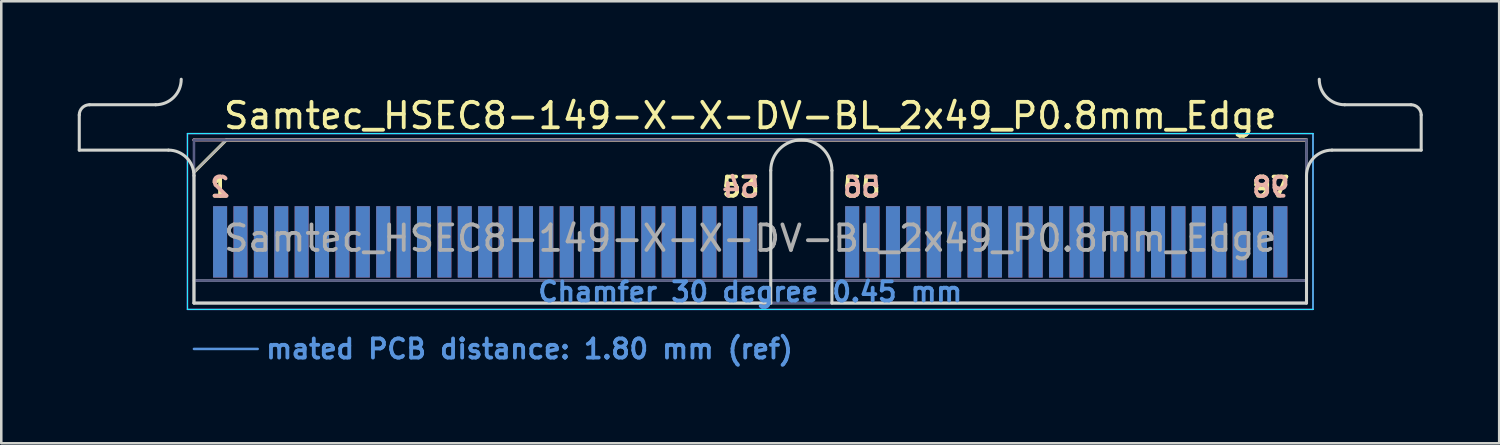
<source format=kicad_pcb>
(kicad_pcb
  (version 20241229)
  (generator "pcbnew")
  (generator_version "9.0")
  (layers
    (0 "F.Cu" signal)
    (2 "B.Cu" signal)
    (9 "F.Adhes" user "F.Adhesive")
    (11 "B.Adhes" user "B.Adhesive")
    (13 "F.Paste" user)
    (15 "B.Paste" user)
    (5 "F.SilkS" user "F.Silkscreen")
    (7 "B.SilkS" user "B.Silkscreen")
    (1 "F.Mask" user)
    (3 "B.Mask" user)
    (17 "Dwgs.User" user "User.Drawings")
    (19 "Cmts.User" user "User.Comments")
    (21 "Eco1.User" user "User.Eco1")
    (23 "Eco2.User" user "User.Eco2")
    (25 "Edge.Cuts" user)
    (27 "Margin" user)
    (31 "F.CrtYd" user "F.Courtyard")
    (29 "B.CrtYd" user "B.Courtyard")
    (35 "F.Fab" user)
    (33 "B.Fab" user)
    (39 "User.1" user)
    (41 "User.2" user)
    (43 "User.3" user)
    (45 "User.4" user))
  (footprint "Samtec_HSEC8-149-X-X-DV-BL_2x49_P0.8mm_Edge"
    (layer "F.Cu")
    (at 26.385 8.84)
    (property "Reference" "Samtec_HSEC8-149-X-X-DV-BL_2x49_P0.8mm_Edge" (at 0 -7.35 0) (layer "F.SilkS") (effects (font (size 1 1) (thickness 0.15))))
    (attr exclude_from_pos_files exclude_from_bom)
    (fp_line (start -21.825 -5.13) (end -20.555 -6.4) (stroke (width 0.12) (type solid)) (layer "F.SilkS"))
    (fp_line (start -20.555 -6.4) (end 21.825 -6.4) (stroke (width 0.12) (type solid)) (layer "F.SilkS"))
    (fp_line (start -21.825 -6.4) (end -21.825 -6.4) (stroke (width 0.12) (type solid)) (layer "B.SilkS"))
    (fp_line (start -21.825 -6.4) (end 21.825 -6.4) (stroke (width 0.12) (type solid)) (layer "B.SilkS"))
    (fp_line (start -21.825 1.8) (end -19.325 1.8) (stroke (width 0.1) (type solid)) (layer "Cmts.User"))
    (fp_line (start -26.325 -6) (end -26.325 -7.38) (stroke (width 0.12) (type solid)) (layer "Edge.Cuts"))
    (fp_line (start -25.925 -7.78) (end -23.325 -7.78) (stroke (width 0.12) (type solid)) (layer "Edge.Cuts"))
    (fp_line (start -22.825 -6) (end -26.325 -6) (stroke (width 0.12) (type solid)) (layer "Edge.Cuts"))
    (fp_line (start -21.825 -5) (end -21.825 0) (stroke (width 0.12) (type solid)) (layer "Edge.Cuts"))
    (fp_line (start -21.825 0) (end 0.805 0) (stroke (width 0.12) (type solid)) (layer "Edge.Cuts"))
    (fp_line (start 0.805 0) (end 0.805 -5.2) (stroke (width 0.12) (type solid)) (layer "Edge.Cuts"))
    (fp_line (start 3.205 -5.2) (end 3.205 0) (stroke (width 0.12) (type solid)) (layer "Edge.Cuts"))
    (fp_line (start 3.205 0) (end 21.825 0) (stroke (width 0.12) (type solid)) (layer "Edge.Cuts"))
    (fp_line (start 21.825 0) (end 21.825 -5) (stroke (width 0.12) (type solid)) (layer "Edge.Cuts"))
    (fp_line (start 22.825 -6) (end 26.325 -6) (stroke (width 0.12) (type solid)) (layer "Edge.Cuts"))
    (fp_line (start 25.925 -7.78) (end 23.325 -7.78) (stroke (width 0.12) (type solid)) (layer "Edge.Cuts"))
    (fp_line (start 26.325 -6) (end 26.325 -7.38) (stroke (width 0.12) (type solid)) (layer "Edge.Cuts"))
    (fp_arc (start -26.325 -7.38) (mid -26.207843 -7.662843) (end -25.925 -7.78) (stroke (width 0.12) (type solid)) (layer "Edge.Cuts"))
    (fp_arc (start -22.825 -6) (mid -22.117893 -5.707107) (end -21.825 -5) (stroke (width 0.12) (type solid)) (layer "Edge.Cuts"))
    (fp_arc (start -22.325 -8.78) (mid -22.617893 -8.072893) (end -23.325 -7.78) (stroke (width 0.12) (type solid)) (layer "Edge.Cuts"))
    (fp_arc (start 0.805 -5.2) (mid 2.005 -6.4) (end 3.205 -5.2) (stroke (width 0.12) (type solid)) (layer "Edge.Cuts"))
    (fp_arc (start 21.825 -5) (mid 22.117893 -5.707107) (end 22.825 -6) (stroke (width 0.12) (type solid)) (layer "Edge.Cuts"))
    (fp_arc (start 23.325 -7.78) (mid 22.617893 -8.072893) (end 22.325 -8.78) (stroke (width 0.12) (type solid)) (layer "Edge.Cuts"))
    (fp_arc (start 25.925 -7.78) (mid 26.207843 -7.662843) (end 26.325 -7.38) (stroke (width 0.12) (type solid)) (layer "Edge.Cuts"))
    (fp_line (start -22.08 -6.65) (end -22.08 0.25) (stroke (width 0.05) (type solid)) (layer "B.CrtYd"))
    (fp_line (start -22.08 0.25) (end 22.08 0.25) (stroke (width 0.05) (type solid)) (layer "B.CrtYd"))
    (fp_line (start 22.08 -6.65) (end -22.08 -6.65) (stroke (width 0.05) (type solid)) (layer "B.CrtYd"))
    (fp_line (start 22.08 0.25) (end 22.08 -6.65) (stroke (width 0.05) (type solid)) (layer "B.CrtYd"))
    (fp_line (start -22.08 -6.65) (end -22.08 0.25) (stroke (width 0.05) (type solid)) (layer "F.CrtYd"))
    (fp_line (start -22.08 0.25) (end 22.08 0.25) (stroke (width 0.05) (type solid)) (layer "F.CrtYd"))
    (fp_line (start 22.08 -6.65) (end -22.08 -6.65) (stroke (width 0.05) (type solid)) (layer "F.CrtYd"))
    (fp_line (start 22.08 0.25) (end 22.08 -6.65) (stroke (width 0.05) (type solid)) (layer "F.CrtYd"))
    (fp_line (start -21.825 -6.4) (end -21.825 -6.4) (stroke (width 0.1) (type solid)) (layer "B.Fab"))
    (fp_line (start -21.825 -6.4) (end -21.825 0) (stroke (width 0.1) (type solid)) (layer "B.Fab"))
    (fp_line (start -21.825 -6.4) (end 21.825 -6.4) (stroke (width 0.1) (type solid)) (layer "B.Fab"))
    (fp_line (start -21.825 -0.88) (end 21.825 -0.88) (stroke (width 0.1) (type solid)) (layer "B.Fab"))
    (fp_line (start -21.825 0) (end 21.825 0) (stroke (width 0.1) (type solid)) (layer "B.Fab"))
    (fp_line (start 21.825 -6.4) (end 21.825 0) (stroke (width 0.1) (type solid)) (layer "B.Fab"))
    (fp_line (start -21.825 -5.13) (end -21.825 0) (stroke (width 0.1) (type solid)) (layer "F.Fab"))
    (fp_line (start -21.825 -5.13) (end -20.555 -6.4) (stroke (width 0.1) (type solid)) (layer "F.Fab"))
    (fp_line (start -21.825 -0.88) (end 21.825 -0.88) (stroke (width 0.1) (type solid)) (layer "F.Fab"))
    (fp_line (start -21.825 0) (end 21.825 0) (stroke (width 0.1) (type solid)) (layer "F.Fab"))
    (fp_line (start -20.555 -6.4) (end 21.825 -6.4) (stroke (width 0.1) (type solid)) (layer "F.Fab"))
    (fp_line (start 21.825 -6.4) (end 21.825 0) (stroke (width 0.1) (type solid)) (layer "F.Fab"))
    (fp_text user "1" (at -20.8 -4.55 0) (layer "F.SilkS") (effects (font (size 0.75 0.75) (thickness 0.15))))
    (fp_text user "97" (at 20.425 -4.55 0) (layer "F.SilkS") (effects (font (size 0.75 0.75) (thickness 0.15))))
    (fp_text user "55" (at 4.375 -4.55 0) (layer "F.SilkS") (effects (font (size 0.75 0.75) (thickness 0.15))))
    (fp_text user "53" (at -0.375 -4.55 0) (layer "F.SilkS") (effects (font (size 0.75 0.75) (thickness 0.15))))
    (fp_text user "56" (at 4.375 -4.55 0) (layer "B.SilkS") (effects (font (size 0.75 0.75) (thickness 0.15)) (justify mirror)))
    (fp_text user "98" (at 20.425 -4.55 0) (layer "B.SilkS") (effects (font (size 0.75 0.75) (thickness 0.15)) (justify mirror)))
    (fp_text user "54" (at -0.375 -4.55 0) (layer "B.SilkS") (effects (font (size 0.75 0.75) (thickness 0.15)) (justify mirror)))
    (fp_text user "2" (at -20.8 -4.55 0) (layer "B.SilkS") (effects (font (size 0.75 0.75) (thickness 0.15)) (justify mirror)))
    (fp_text user "Chamfer 30 degree 0.45 mm" (at 0 -0.44 0) (layer "Cmts.User") (effects (font (size 0.75 0.75) (thickness 0.15))))
    (fp_text user "mated PCB distance: 1.80 mm (ref)" (at -19.08 1.8 0) (layer "Cmts.User") (effects (font (size 0.75 0.75) (thickness 0.15)) (justify left)))
    (fp_text user "${REFERENCE}" (at 0 -2.54 0) (layer "F.Fab") (effects (font (size 1 1) (thickness 0.15))))
    (pad "1" connect rect (at -20.8 -2.4) (size 0.55 2.8) (layers "F.Cu" "F.Mask"))
    (pad "2" connect rect (at -20.8 -2.4) (size 0.55 2.8) (layers "B.Cu" "B.Mask"))
    (pad "3" connect rect (at -20 -2.4) (size 0.55 2.8) (layers "F.Cu" "F.Mask"))
    (pad "4" connect rect (at -20 -2.4) (size 0.55 2.8) (layers "B.Cu" "B.Mask"))
    (pad "5" connect rect (at -19.2 -2.4) (size 0.55 2.8) (layers "F.Cu" "F.Mask"))
    (pad "6" connect rect (at -19.2 -2.4) (size 0.55 2.8) (layers "B.Cu" "B.Mask"))
    (pad "7" connect rect (at -18.4 -2.4) (size 0.55 2.8) (layers "F.Cu" "F.Mask"))
    (pad "8" connect rect (at -18.4 -2.4) (size 0.55 2.8) (layers "B.Cu" "B.Mask"))
    (pad "9" connect rect (at -17.6 -2.4) (size 0.55 2.8) (layers "F.Cu" "F.Mask"))
    (pad "10" connect rect (at -17.6 -2.4) (size 0.55 2.8) (layers "B.Cu" "B.Mask"))
    (pad "11" connect rect (at -16.8 -2.4) (size 0.55 2.8) (layers "F.Cu" "F.Mask"))
    (pad "12" connect rect (at -16.8 -2.4) (size 0.55 2.8) (layers "B.Cu" "B.Mask"))
    (pad "13" connect rect (at -16 -2.4) (size 0.55 2.8) (layers "F.Cu" "F.Mask"))
    (pad "14" connect rect (at -16 -2.4) (size 0.55 2.8) (layers "B.Cu" "B.Mask"))
    (pad "15" connect rect (at -15.2 -2.4) (size 0.55 2.8) (layers "F.Cu" "F.Mask"))
    (pad "16" connect rect (at -15.2 -2.4) (size 0.55 2.8) (layers "B.Cu" "B.Mask"))
    (pad "17" connect rect (at -14.4 -2.4) (size 0.55 2.8) (layers "F.Cu" "F.Mask"))
    (pad "18" connect rect (at -14.4 -2.4) (size 0.55 2.8) (layers "B.Cu" "B.Mask"))
    (pad "19" connect rect (at -13.6 -2.4) (size 0.55 2.8) (layers "F.Cu" "F.Mask"))
    (pad "20" connect rect (at -13.6 -2.4) (size 0.55 2.8) (layers "B.Cu" "B.Mask"))
    (pad "21" connect rect (at -12.8 -2.4) (size 0.55 2.8) (layers "F.Cu" "F.Mask"))
    (pad "22" connect rect (at -12.8 -2.4) (size 0.55 2.8) (layers "B.Cu" "B.Mask"))
    (pad "23" connect rect (at -12 -2.4) (size 0.55 2.8) (layers "F.Cu" "F.Mask"))
    (pad "24" connect rect (at -12 -2.4) (size 0.55 2.8) (layers "B.Cu" "B.Mask"))
    (pad "25" connect rect (at -11.2 -2.4) (size 0.55 2.8) (layers "F.Cu" "F.Mask"))
    (pad "26" connect rect (at -11.2 -2.4) (size 0.55 2.8) (layers "B.Cu" "B.Mask"))
    (pad "27" connect rect (at -10.4 -2.4) (size 0.55 2.8) (layers "F.Cu" "F.Mask"))
    (pad "28" connect rect (at -10.4 -2.4) (size 0.55 2.8) (layers "B.Cu" "B.Mask"))
    (pad "29" connect rect (at -9.6 -2.4) (size 0.55 2.8) (layers "F.Cu" "F.Mask"))
    (pad "30" connect rect (at -9.6 -2.4) (size 0.55 2.8) (layers "B.Cu" "B.Mask"))
    (pad "31" connect rect (at -8.8 -2.4) (size 0.55 2.8) (layers "F.Cu" "F.Mask"))
    (pad "32" connect rect (at -8.8 -2.4) (size 0.55 2.8) (layers "B.Cu" "B.Mask"))
    (pad "33" connect rect (at -8 -2.4) (size 0.55 2.8) (layers "F.Cu" "F.Mask"))
    (pad "34" connect rect (at -8 -2.4) (size 0.55 2.8) (layers "B.Cu" "B.Mask"))
    (pad "35" connect rect (at -7.2 -2.4) (size 0.55 2.8) (layers "F.Cu" "F.Mask"))
    (pad "36" connect rect (at -7.2 -2.4) (size 0.55 2.8) (layers "B.Cu" "B.Mask"))
    (pad "37" connect rect (at -6.4 -2.4) (size 0.55 2.8) (layers "F.Cu" "F.Mask"))
    (pad "38" connect rect (at -6.4 -2.4) (size 0.55 2.8) (layers "B.Cu" "B.Mask"))
    (pad "39" connect rect (at -5.6 -2.4) (size 0.55 2.8) (layers "F.Cu" "F.Mask"))
    (pad "40" connect rect (at -5.6 -2.4) (size 0.55 2.8) (layers "B.Cu" "B.Mask"))
    (pad "41" connect rect (at -4.8 -2.4) (size 0.55 2.8) (layers "F.Cu" "F.Mask"))
    (pad "42" connect rect (at -4.8 -2.4) (size 0.55 2.8) (layers "B.Cu" "B.Mask"))
    (pad "43" connect rect (at -4 -2.4) (size 0.55 2.8) (layers "F.Cu" "F.Mask"))
    (pad "44" connect rect (at -4 -2.4) (size 0.55 2.8) (layers "B.Cu" "B.Mask"))
    (pad "45" connect rect (at -3.2 -2.4) (size 0.55 2.8) (layers "F.Cu" "F.Mask"))
    (pad "46" connect rect (at -3.2 -2.4) (size 0.55 2.8) (layers "B.Cu" "B.Mask"))
    (pad "47" connect rect (at -2.4 -2.4) (size 0.55 2.8) (layers "F.Cu" "F.Mask"))
    (pad "48" connect rect (at -2.4 -2.4) (size 0.55 2.8) (layers "B.Cu" "B.Mask"))
    (pad "49" connect rect (at -1.6 -2.4) (size 0.55 2.8) (layers "F.Cu" "F.Mask"))
    (pad "50" connect rect (at -1.6 -2.4) (size 0.55 2.8) (layers "B.Cu" "B.Mask"))
    (pad "51" connect rect (at -0.8 -2.4) (size 0.55 2.8) (layers "F.Cu" "F.Mask"))
    (pad "52" connect rect (at -0.8 -2.4) (size 0.55 2.8) (layers "B.Cu" "B.Mask"))
    (pad "53" connect rect (at 0 -2.4) (size 0.55 2.8) (layers "F.Cu" "F.Mask"))
    (pad "54" connect rect (at 0 -2.4) (size 0.55 2.8) (layers "B.Cu" "B.Mask"))
    (pad "55" connect rect (at 4 -2.4) (size 0.55 2.8) (layers "F.Cu" "F.Mask"))
    (pad "56" connect rect (at 4 -2.4) (size 0.55 2.8) (layers "B.Cu" "B.Mask"))
    (pad "57" connect rect (at 4.8 -2.4) (size 0.55 2.8) (layers "F.Cu" "F.Mask"))
    (pad "58" connect rect (at 4.8 -2.4) (size 0.55 2.8) (layers "B.Cu" "B.Mask"))
    (pad "59" connect rect (at 5.6 -2.4) (size 0.55 2.8) (layers "F.Cu" "F.Mask"))
    (pad "60" connect rect (at 5.6 -2.4) (size 0.55 2.8) (layers "B.Cu" "B.Mask"))
    (pad "61" connect rect (at 6.4 -2.4) (size 0.55 2.8) (layers "F.Cu" "F.Mask"))
    (pad "62" connect rect (at 6.4 -2.4) (size 0.55 2.8) (layers "B.Cu" "B.Mask"))
    (pad "63" connect rect (at 7.2 -2.4) (size 0.55 2.8) (layers "F.Cu" "F.Mask"))
    (pad "64" connect rect (at 7.2 -2.4) (size 0.55 2.8) (layers "B.Cu" "B.Mask"))
    (pad "65" connect rect (at 8 -2.4) (size 0.55 2.8) (layers "F.Cu" "F.Mask"))
    (pad "66" connect rect (at 8 -2.4) (size 0.55 2.8) (layers "B.Cu" "B.Mask"))
    (pad "67" connect rect (at 8.8 -2.4) (size 0.55 2.8) (layers "F.Cu" "F.Mask"))
    (pad "68" connect rect (at 8.8 -2.4) (size 0.55 2.8) (layers "B.Cu" "B.Mask"))
    (pad "69" connect rect (at 9.6 -2.4) (size 0.55 2.8) (layers "F.Cu" "F.Mask"))
    (pad "70" connect rect (at 9.6 -2.4) (size 0.55 2.8) (layers "B.Cu" "B.Mask"))
    (pad "71" connect rect (at 10.4 -2.4) (size 0.55 2.8) (layers "F.Cu" "F.Mask"))
    (pad "72" connect rect (at 10.4 -2.4) (size 0.55 2.8) (layers "B.Cu" "B.Mask"))
    (pad "73" connect rect (at 11.2 -2.4) (size 0.55 2.8) (layers "F.Cu" "F.Mask"))
    (pad "74" connect rect (at 11.2 -2.4) (size 0.55 2.8) (layers "B.Cu" "B.Mask"))
    (pad "75" connect rect (at 12 -2.4) (size 0.55 2.8) (layers "F.Cu" "F.Mask"))
    (pad "76" connect rect (at 12 -2.4) (size 0.55 2.8) (layers "B.Cu" "B.Mask"))
    (pad "77" connect rect (at 12.8 -2.4) (size 0.55 2.8) (layers "F.Cu" "F.Mask"))
    (pad "78" connect rect (at 12.8 -2.4) (size 0.55 2.8) (layers "B.Cu" "B.Mask"))
    (pad "79" connect rect (at 13.6 -2.4) (size 0.55 2.8) (layers "F.Cu" "F.Mask"))
    (pad "80" connect rect (at 13.6 -2.4) (size 0.55 2.8) (layers "B.Cu" "B.Mask"))
    (pad "81" connect rect (at 14.4 -2.4) (size 0.55 2.8) (layers "F.Cu" "F.Mask"))
    (pad "82" connect rect (at 14.4 -2.4) (size 0.55 2.8) (layers "B.Cu" "B.Mask"))
    (pad "83" connect rect (at 15.2 -2.4) (size 0.55 2.8) (layers "F.Cu" "F.Mask"))
    (pad "84" connect rect (at 15.2 -2.4) (size 0.55 2.8) (layers "B.Cu" "B.Mask"))
    (pad "85" connect rect (at 16 -2.4) (size 0.55 2.8) (layers "F.Cu" "F.Mask"))
    (pad "86" connect rect (at 16 -2.4) (size 0.55 2.8) (layers "B.Cu" "B.Mask"))
    (pad "87" connect rect (at 16.8 -2.4) (size 0.55 2.8) (layers "F.Cu" "F.Mask"))
    (pad "88" connect rect (at 16.8 -2.4) (size 0.55 2.8) (layers "B.Cu" "B.Mask"))
    (pad "89" connect rect (at 17.6 -2.4) (size 0.55 2.8) (layers "F.Cu" "F.Mask"))
    (pad "90" connect rect (at 17.6 -2.4) (size 0.55 2.8) (layers "B.Cu" "B.Mask"))
    (pad "91" connect rect (at 18.4 -2.4) (size 0.55 2.8) (layers "F.Cu" "F.Mask"))
    (pad "92" connect rect (at 18.4 -2.4) (size 0.55 2.8) (layers "B.Cu" "B.Mask"))
    (pad "93" connect rect (at 19.2 -2.4) (size 0.55 2.8) (layers "F.Cu" "F.Mask"))
    (pad "94" connect rect (at 19.2 -2.4) (size 0.55 2.8) (layers "B.Cu" "B.Mask"))
    (pad "95" connect rect (at 20 -2.4) (size 0.55 2.8) (layers "F.Cu" "F.Mask"))
    (pad "96" connect rect (at 20 -2.4) (size 0.55 2.8) (layers "B.Cu" "B.Mask"))
    (pad "97" connect rect (at 20.8 -2.4) (size 0.55 2.8) (layers "F.Cu" "F.Mask"))
    (pad "98" connect rect (at 20.8 -2.4) (size 0.55 2.8) (layers "B.Cu" "B.Mask")))
  (gr_rect
    (start -3 -3)
    (end 55.77 14.342)
    (stroke (width 0.1) (type default))
    (fill no)
    (layer "Edge.Cuts")))
</source>
